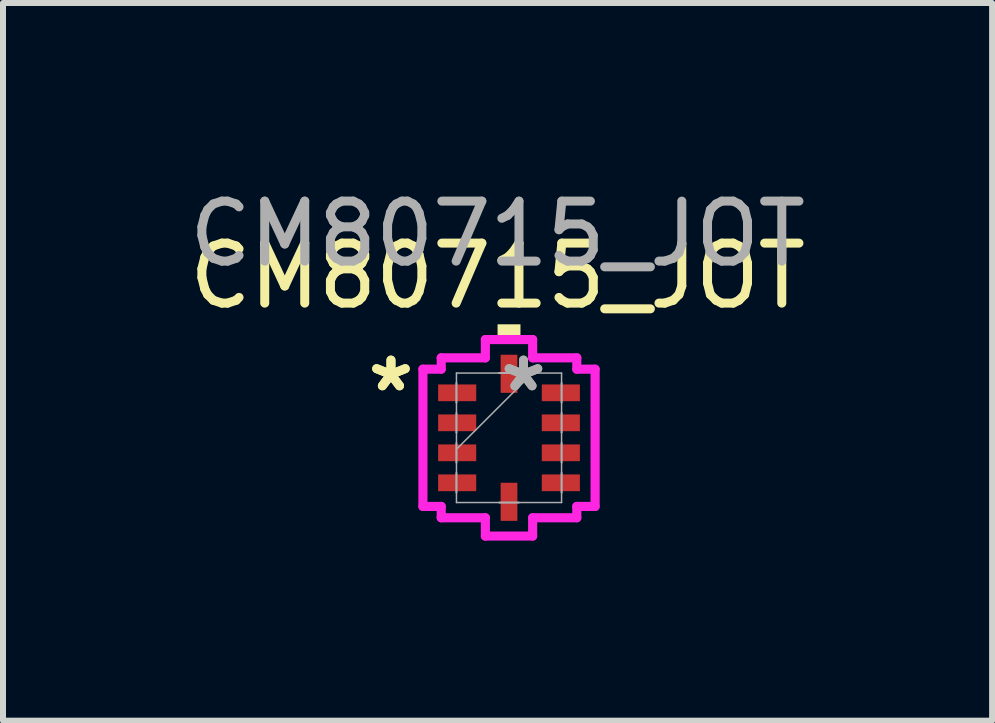
<source format=kicad_pcb>
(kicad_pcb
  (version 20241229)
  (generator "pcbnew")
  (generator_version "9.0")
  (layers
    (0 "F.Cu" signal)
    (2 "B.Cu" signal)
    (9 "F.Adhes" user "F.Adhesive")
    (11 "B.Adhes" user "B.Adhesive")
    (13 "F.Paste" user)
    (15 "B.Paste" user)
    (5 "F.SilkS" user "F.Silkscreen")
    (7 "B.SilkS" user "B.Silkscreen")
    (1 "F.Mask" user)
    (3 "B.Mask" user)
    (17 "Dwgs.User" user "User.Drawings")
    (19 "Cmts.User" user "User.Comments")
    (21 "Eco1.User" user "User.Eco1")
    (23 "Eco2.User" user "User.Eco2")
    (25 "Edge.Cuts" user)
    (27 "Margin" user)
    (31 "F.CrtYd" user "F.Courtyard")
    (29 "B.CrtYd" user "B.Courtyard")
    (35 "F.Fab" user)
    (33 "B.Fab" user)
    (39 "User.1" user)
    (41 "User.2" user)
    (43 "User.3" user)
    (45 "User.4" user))
  (footprint "CM80715_JOT"
    (layer "F.Cu")
    (at 5.435 4.248)
    (property "Reference" "CM80715_JOT" (at -0.191 -2.7 0) (unlocked yes) (layer "F.SilkS") (effects (font (size 1 1) (thickness 0.15))))
    (attr smd)
    (fp_poly (pts (xy -0.191 -1.638) (xy -0.191 -1.892) (xy 0.191 -1.892) (xy 0.191 -1.638)) (stroke (width 0) (type solid)) (fill yes) (layer "F.SilkS"))
    (fp_line (start -1.435 -1.144) (end -1.13 -1.144) (stroke (width 0.152) (type solid)) (layer "F.CrtYd"))
    (fp_line (start -1.435 1.144) (end -1.435 -1.144) (stroke (width 0.152) (type solid)) (layer "F.CrtYd"))
    (fp_line (start -1.13 -1.333) (end -0.394 -1.333) (stroke (width 0.152) (type solid)) (layer "F.CrtYd"))
    (fp_line (start -1.13 -1.144) (end -1.13 -1.333) (stroke (width 0.152) (type solid)) (layer "F.CrtYd"))
    (fp_line (start -1.13 1.144) (end -1.435 1.144) (stroke (width 0.152) (type solid)) (layer "F.CrtYd"))
    (fp_line (start -1.13 1.333) (end -1.13 1.144) (stroke (width 0.152) (type solid)) (layer "F.CrtYd"))
    (fp_line (start -0.394 -1.638) (end 0.394 -1.638) (stroke (width 0.152) (type solid)) (layer "F.CrtYd"))
    (fp_line (start -0.394 -1.333) (end -0.394 -1.638) (stroke (width 0.152) (type solid)) (layer "F.CrtYd"))
    (fp_line (start -0.394 1.333) (end -1.13 1.333) (stroke (width 0.152) (type solid)) (layer "F.CrtYd"))
    (fp_line (start -0.394 1.638) (end -0.394 1.333) (stroke (width 0.152) (type solid)) (layer "F.CrtYd"))
    (fp_line (start 0.394 -1.638) (end 0.394 -1.333) (stroke (width 0.152) (type solid)) (layer "F.CrtYd"))
    (fp_line (start 0.394 -1.333) (end 1.13 -1.333) (stroke (width 0.152) (type solid)) (layer "F.CrtYd"))
    (fp_line (start 0.394 1.333) (end 0.394 1.638) (stroke (width 0.152) (type solid)) (layer "F.CrtYd"))
    (fp_line (start 0.394 1.638) (end -0.394 1.638) (stroke (width 0.152) (type solid)) (layer "F.CrtYd"))
    (fp_line (start 1.13 -1.333) (end 1.13 -1.144) (stroke (width 0.152) (type solid)) (layer "F.CrtYd"))
    (fp_line (start 1.13 -1.144) (end 1.435 -1.144) (stroke (width 0.152) (type solid)) (layer "F.CrtYd"))
    (fp_line (start 1.13 1.144) (end 1.13 1.333) (stroke (width 0.152) (type solid)) (layer "F.CrtYd"))
    (fp_line (start 1.13 1.333) (end 0.394 1.333) (stroke (width 0.152) (type solid)) (layer "F.CrtYd"))
    (fp_line (start 1.435 -1.144) (end 1.435 1.144) (stroke (width 0.152) (type solid)) (layer "F.CrtYd"))
    (fp_line (start 1.435 1.144) (end 1.13 1.144) (stroke (width 0.152) (type solid)) (layer "F.CrtYd"))
    (fp_line (start -0.876 -1.079) (end -0.876 1.079) (stroke (width 0.025) (type solid)) (layer "F.Fab"))
    (fp_line (start -0.876 -0.915) (end -0.876 -0.915) (stroke (width 0.025) (type solid)) (layer "F.Fab"))
    (fp_line (start -0.876 -0.915) (end -0.876 -0.585) (stroke (width 0.025) (type solid)) (layer "F.Fab"))
    (fp_line (start -0.876 -0.585) (end -0.876 -0.915) (stroke (width 0.025) (type solid)) (layer "F.Fab"))
    (fp_line (start -0.876 -0.585) (end -0.876 -0.585) (stroke (width 0.025) (type solid)) (layer "F.Fab"))
    (fp_line (start -0.876 -0.415) (end -0.876 -0.415) (stroke (width 0.025) (type solid)) (layer "F.Fab"))
    (fp_line (start -0.876 -0.415) (end -0.876 -0.085) (stroke (width 0.025) (type solid)) (layer "F.Fab"))
    (fp_line (start -0.876 -0.085) (end -0.876 -0.415) (stroke (width 0.025) (type solid)) (layer "F.Fab"))
    (fp_line (start -0.876 -0.085) (end -0.876 -0.085) (stroke (width 0.025) (type solid)) (layer "F.Fab"))
    (fp_line (start -0.876 0.085) (end -0.876 0.085) (stroke (width 0.025) (type solid)) (layer "F.Fab"))
    (fp_line (start -0.876 0.085) (end -0.876 0.415) (stroke (width 0.025) (type solid)) (layer "F.Fab"))
    (fp_line (start -0.876 0.191) (end 0.394 -1.079) (stroke (width 0.025) (type solid)) (layer "F.Fab"))
    (fp_line (start -0.876 0.415) (end -0.876 0.085) (stroke (width 0.025) (type solid)) (layer "F.Fab"))
    (fp_line (start -0.876 0.415) (end -0.876 0.415) (stroke (width 0.025) (type solid)) (layer "F.Fab"))
    (fp_line (start -0.876 0.585) (end -0.876 0.585) (stroke (width 0.025) (type solid)) (layer "F.Fab"))
    (fp_line (start -0.876 0.585) (end -0.876 0.915) (stroke (width 0.025) (type solid)) (layer "F.Fab"))
    (fp_line (start -0.876 0.915) (end -0.876 0.585) (stroke (width 0.025) (type solid)) (layer "F.Fab"))
    (fp_line (start -0.876 0.915) (end -0.876 0.915) (stroke (width 0.025) (type solid)) (layer "F.Fab"))
    (fp_line (start -0.876 1.079) (end 0.876 1.079) (stroke (width 0.025) (type solid)) (layer "F.Fab"))
    (fp_line (start -0.165 -1.079) (end -0.165 -1.079) (stroke (width 0.025) (type solid)) (layer "F.Fab"))
    (fp_line (start -0.165 -1.079) (end 0.165 -1.079) (stroke (width 0.025) (type solid)) (layer "F.Fab"))
    (fp_line (start -0.165 1.079) (end -0.165 1.079) (stroke (width 0.025) (type solid)) (layer "F.Fab"))
    (fp_line (start -0.165 1.079) (end 0.165 1.079) (stroke (width 0.025) (type solid)) (layer "F.Fab"))
    (fp_line (start 0.165 -1.079) (end -0.165 -1.079) (stroke (width 0.025) (type solid)) (layer "F.Fab"))
    (fp_line (start 0.165 -1.079) (end 0.165 -1.079) (stroke (width 0.025) (type solid)) (layer "F.Fab"))
    (fp_line (start 0.165 1.079) (end -0.165 1.079) (stroke (width 0.025) (type solid)) (layer "F.Fab"))
    (fp_line (start 0.165 1.079) (end 0.165 1.079) (stroke (width 0.025) (type solid)) (layer "F.Fab"))
    (fp_line (start 0.876 -1.079) (end -0.876 -1.079) (stroke (width 0.025) (type solid)) (layer "F.Fab"))
    (fp_line (start 0.876 -0.915) (end 0.876 -0.915) (stroke (width 0.025) (type solid)) (layer "F.Fab"))
    (fp_line (start 0.876 -0.915) (end 0.876 -0.585) (stroke (width 0.025) (type solid)) (layer "F.Fab"))
    (fp_line (start 0.876 -0.585) (end 0.876 -0.915) (stroke (width 0.025) (type solid)) (layer "F.Fab"))
    (fp_line (start 0.876 -0.585) (end 0.876 -0.585) (stroke (width 0.025) (type solid)) (layer "F.Fab"))
    (fp_line (start 0.876 -0.415) (end 0.876 -0.415) (stroke (width 0.025) (type solid)) (layer "F.Fab"))
    (fp_line (start 0.876 -0.415) (end 0.876 -0.085) (stroke (width 0.025) (type solid)) (layer "F.Fab"))
    (fp_line (start 0.876 -0.085) (end 0.876 -0.415) (stroke (width 0.025) (type solid)) (layer "F.Fab"))
    (fp_line (start 0.876 -0.085) (end 0.876 -0.085) (stroke (width 0.025) (type solid)) (layer "F.Fab"))
    (fp_line (start 0.876 0.085) (end 0.876 0.085) (stroke (width 0.025) (type solid)) (layer "F.Fab"))
    (fp_line (start 0.876 0.085) (end 0.876 0.415) (stroke (width 0.025) (type solid)) (layer "F.Fab"))
    (fp_line (start 0.876 0.415) (end 0.876 0.085) (stroke (width 0.025) (type solid)) (layer "F.Fab"))
    (fp_line (start 0.876 0.415) (end 0.876 0.415) (stroke (width 0.025) (type solid)) (layer "F.Fab"))
    (fp_line (start 0.876 0.585) (end 0.876 0.585) (stroke (width 0.025) (type solid)) (layer "F.Fab"))
    (fp_line (start 0.876 0.585) (end 0.876 0.915) (stroke (width 0.025) (type solid)) (layer "F.Fab"))
    (fp_line (start 0.876 0.915) (end 0.876 0.585) (stroke (width 0.025) (type solid)) (layer "F.Fab"))
    (fp_line (start 0.876 0.915) (end 0.876 0.915) (stroke (width 0.025) (type solid)) (layer "F.Fab"))
    (fp_line (start 0.876 1.079) (end 0.876 -1.079) (stroke (width 0.025) (type solid)) (layer "F.Fab"))
    (fp_text user "*" (at -1.968 -0.75 0) (layer "F.SilkS") (effects (font (size 1 1) (thickness 0.15))))
    (fp_text user "*" (at -1.968 -0.75 0) (unlocked yes) (layer "F.SilkS") (effects (font (size 1 1) (thickness 0.15))))
    (fp_text user "${REFERENCE}" (at -0.191 -3.4 0) (unlocked yes) (layer "F.Fab") (effects (font (size 1 1) (thickness 0.15))))
    (fp_text user "*" (at 0.241 -0.75 0) (layer "F.Fab") (effects (font (size 1 1) (thickness 0.15))))
    (fp_text user "*" (at 0.241 -0.75 0) (unlocked yes) (layer "F.Fab") (effects (font (size 1 1) (thickness 0.15))))
    (pad "1" smd rect (at -0.864 -0.75 90) (size 0.279 0.635) (layers "F.Cu" "F.Mask" "F.Paste"))
    (pad "2" smd rect (at -0.864 -0.25 90) (size 0.279 0.635) (layers "F.Cu" "F.Mask" "F.Paste"))
    (pad "3" smd rect (at -0.864 0.25 90) (size 0.279 0.635) (layers "F.Cu" "F.Mask" "F.Paste"))
    (pad "4" smd rect (at -0.864 0.75 90) (size 0.279 0.635) (layers "F.Cu" "F.Mask" "F.Paste"))
    (pad "5" smd rect (at 0 1.067) (size 0.279 0.635) (layers "F.Cu" "F.Mask" "F.Paste"))
    (pad "6" smd rect (at 0.864 0.75 90) (size 0.279 0.635) (layers "F.Cu" "F.Mask" "F.Paste"))
    (pad "7" smd rect (at 0.864 0.25 90) (size 0.279 0.635) (layers "F.Cu" "F.Mask" "F.Paste"))
    (pad "8" smd rect (at 0.864 -0.25 90) (size 0.279 0.635) (layers "F.Cu" "F.Mask" "F.Paste"))
    (pad "9" smd rect (at 0.864 -0.75 90) (size 0.279 0.635) (layers "F.Cu" "F.Mask" "F.Paste"))
    (pad "10" smd rect (at 0 -1.067) (size 0.279 0.635) (layers "F.Cu" "F.Mask" "F.Paste")))
  (gr_rect
    (start -3 -3)
    (end 13.488 8.963)
    (stroke (width 0.1) (type default))
    (fill no)
    (layer "Edge.Cuts")))
</source>
